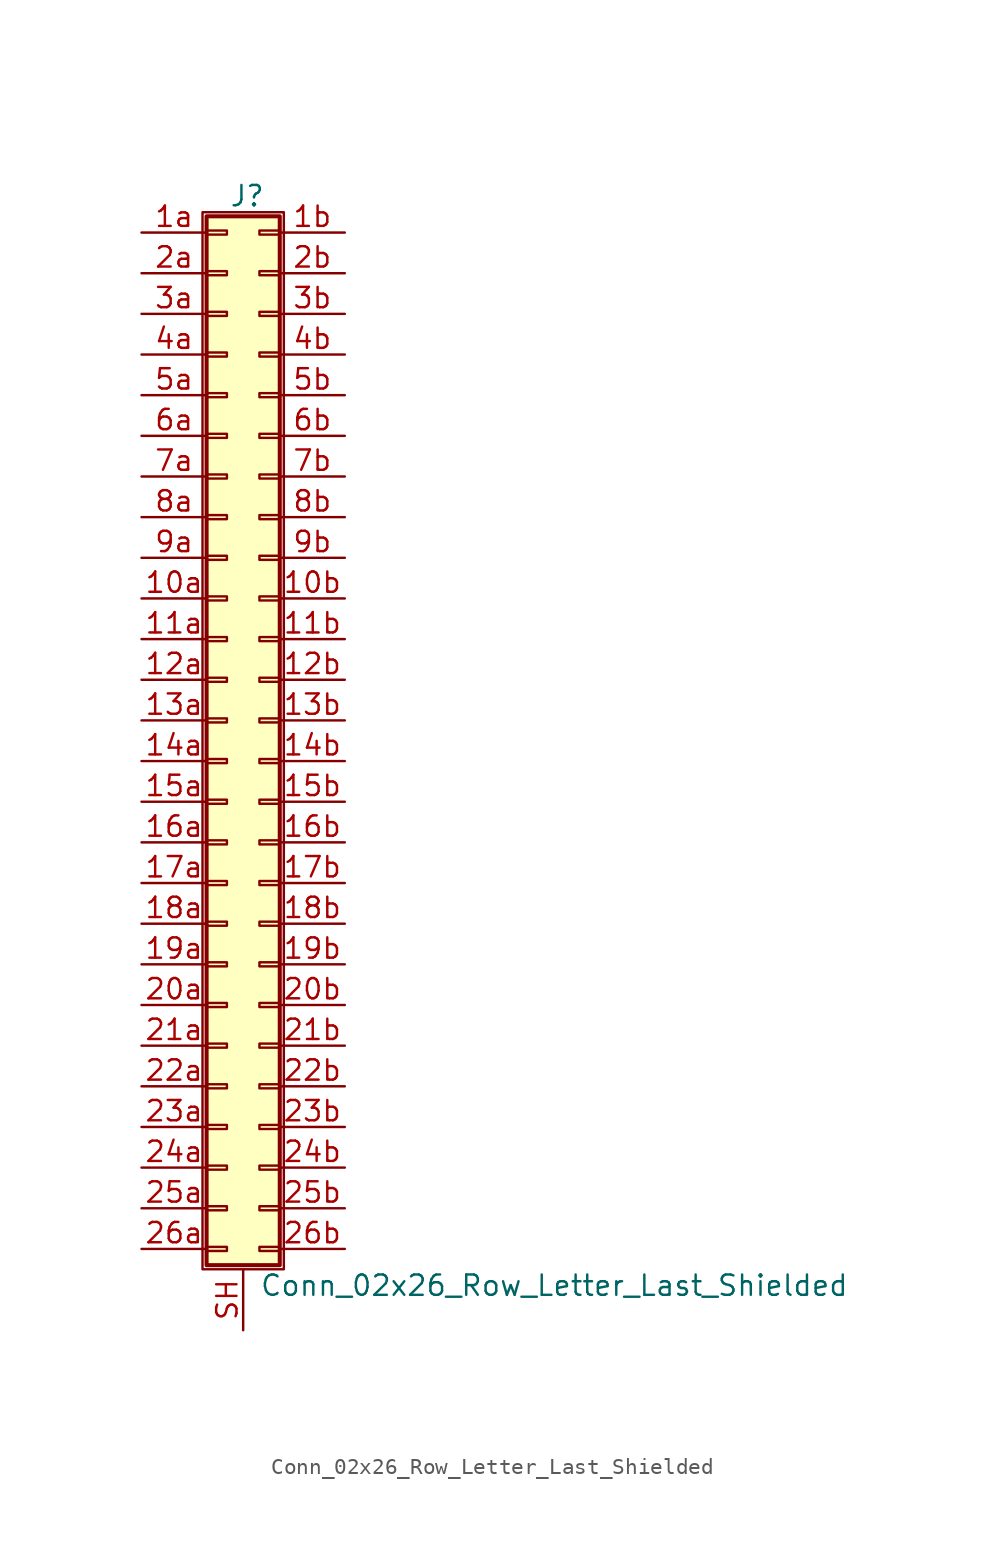
<source format=kicad_sym>
(kicad_symbol_lib
  (version 20220914)
  (generator kicad_symbol_editor)
  (symbol "Conn_02x26_Row_Letter_Last_Shielded"
    (pin_names
      (offset 1.016) hide)
    (property "Reference" "J"
      (at 1.524 32.766 0)
      (effects (font (size 1.27 1.27))))
    (property "Value" "Conn_02x26_Row_Letter_Last_Shielded"
      (at 2.286 -35.306 0)
      (effects (font (size 1.27 1.27)) (justify left)))
    (symbol "Conn_02x26_Row_Letter_Last_Shielded_1_1"
      (rectangle (start -1.27 31.75) (end 3.81 -34.29) (stroke (width 0.152) (type default)) (fill (type none)))
      (rectangle (start -1.016 -32.893) (end 0.254 -33.147) (stroke (width 0.152) (type default)) (fill (type none)))
      (rectangle (start -1.016 -30.353) (end 0.254 -30.607) (stroke (width 0.152) (type default)) (fill (type none)))
      (rectangle (start -1.016 -27.813) (end 0.254 -28.067) (stroke (width 0.152) (type default)) (fill (type none)))
      (rectangle (start -1.016 -25.273) (end 0.254 -25.527) (stroke (width 0.152) (type default)) (fill (type none)))
      (rectangle (start -1.016 -22.733) (end 0.254 -22.987) (stroke (width 0.152) (type default)) (fill (type none)))
      (rectangle (start -1.016 -20.193) (end 0.254 -20.447) (stroke (width 0.152) (type default)) (fill (type none)))
      (rectangle (start -1.016 -17.653) (end 0.254 -17.907) (stroke (width 0.152) (type default)) (fill (type none)))
      (rectangle (start -1.016 -15.113) (end 0.254 -15.367) (stroke (width 0.152) (type default)) (fill (type none)))
      (rectangle (start -1.016 -12.573) (end 0.254 -12.827) (stroke (width 0.152) (type default)) (fill (type none)))
      (rectangle (start -1.016 -10.033) (end 0.254 -10.287) (stroke (width 0.152) (type default)) (fill (type none)))
      (rectangle (start -1.016 -7.493) (end 0.254 -7.747) (stroke (width 0.152) (type default)) (fill (type none)))
      (rectangle (start -1.016 -4.953) (end 0.254 -5.207) (stroke (width 0.152) (type default)) (fill (type none)))
      (rectangle (start -1.016 -2.413) (end 0.254 -2.667) (stroke (width 0.152) (type default)) (fill (type none)))
      (rectangle (start -1.016 0.127) (end 0.254 -0.127) (stroke (width 0.152) (type default)) (fill (type none)))
      (rectangle (start -1.016 2.667) (end 0.254 2.413) (stroke (width 0.152) (type default)) (fill (type none)))
      (rectangle (start -1.016 5.207) (end 0.254 4.953) (stroke (width 0.152) (type default)) (fill (type none)))
      (rectangle (start -1.016 7.747) (end 0.254 7.493) (stroke (width 0.152) (type default)) (fill (type none)))
      (rectangle (start -1.016 10.287) (end 0.254 10.033) (stroke (width 0.152) (type default)) (fill (type none)))
      (rectangle (start -1.016 12.827) (end 0.254 12.573) (stroke (width 0.152) (type default)) (fill (type none)))
      (rectangle (start -1.016 15.367) (end 0.254 15.113) (stroke (width 0.152) (type default)) (fill (type none)))
      (rectangle (start -1.016 17.907) (end 0.254 17.653) (stroke (width 0.152) (type default)) (fill (type none)))
      (rectangle (start -1.016 20.447) (end 0.254 20.193) (stroke (width 0.152) (type default)) (fill (type none)))
      (rectangle (start -1.016 22.987) (end 0.254 22.733) (stroke (width 0.152) (type default)) (fill (type none)))
      (rectangle (start -1.016 25.527) (end 0.254 25.273) (stroke (width 0.152) (type default)) (fill (type none)))
      (rectangle (start -1.016 28.067) (end 0.254 27.813) (stroke (width 0.152) (type default)) (fill (type none)))
      (rectangle (start -1.016 30.607) (end 0.254 30.353) (stroke (width 0.152) (type default)) (fill (type none)))
      (rectangle (start -1.016 31.496) (end 3.556 -34.036) (stroke (width 0.254) (type default)) (fill (type background)))
      (rectangle (start 3.556 -32.893) (end 2.286 -33.147) (stroke (width 0.152) (type default)) (fill (type none)))
      (rectangle (start 3.556 -30.353) (end 2.286 -30.607) (stroke (width 0.152) (type default)) (fill (type none)))
      (rectangle (start 3.556 -27.813) (end 2.286 -28.067) (stroke (width 0.152) (type default)) (fill (type none)))
      (rectangle (start 3.556 -25.273) (end 2.286 -25.527) (stroke (width 0.152) (type default)) (fill (type none)))
      (rectangle (start 3.556 -22.733) (end 2.286 -22.987) (stroke (width 0.152) (type default)) (fill (type none)))
      (rectangle (start 3.556 -20.193) (end 2.286 -20.447) (stroke (width 0.152) (type default)) (fill (type none)))
      (rectangle (start 3.556 -17.653) (end 2.286 -17.907) (stroke (width 0.152) (type default)) (fill (type none)))
      (rectangle (start 3.556 -15.113) (end 2.286 -15.367) (stroke (width 0.152) (type default)) (fill (type none)))
      (rectangle (start 3.556 -12.573) (end 2.286 -12.827) (stroke (width 0.152) (type default)) (fill (type none)))
      (rectangle (start 3.556 -10.033) (end 2.286 -10.287) (stroke (width 0.152) (type default)) (fill (type none)))
      (rectangle (start 3.556 -7.493) (end 2.286 -7.747) (stroke (width 0.152) (type default)) (fill (type none)))
      (rectangle (start 3.556 -4.953) (end 2.286 -5.207) (stroke (width 0.152) (type default)) (fill (type none)))
      (rectangle (start 3.556 -2.413) (end 2.286 -2.667) (stroke (width 0.152) (type default)) (fill (type none)))
      (rectangle (start 3.556 0.127) (end 2.286 -0.127) (stroke (width 0.152) (type default)) (fill (type none)))
      (rectangle (start 3.556 2.667) (end 2.286 2.413) (stroke (width 0.152) (type default)) (fill (type none)))
      (rectangle (start 3.556 5.207) (end 2.286 4.953) (stroke (width 0.152) (type default)) (fill (type none)))
      (rectangle (start 3.556 7.747) (end 2.286 7.493) (stroke (width 0.152) (type default)) (fill (type none)))
      (rectangle (start 3.556 10.287) (end 2.286 10.033) (stroke (width 0.152) (type default)) (fill (type none)))
      (rectangle (start 3.556 12.827) (end 2.286 12.573) (stroke (width 0.152) (type default)) (fill (type none)))
      (rectangle (start 3.556 15.367) (end 2.286 15.113) (stroke (width 0.152) (type default)) (fill (type none)))
      (rectangle (start 3.556 17.907) (end 2.286 17.653) (stroke (width 0.152) (type default)) (fill (type none)))
      (rectangle (start 3.556 20.447) (end 2.286 20.193) (stroke (width 0.152) (type default)) (fill (type none)))
      (rectangle (start 3.556 22.987) (end 2.286 22.733) (stroke (width 0.152) (type default)) (fill (type none)))
      (rectangle (start 3.556 25.527) (end 2.286 25.273) (stroke (width 0.152) (type default)) (fill (type none)))
      (rectangle (start 3.556 28.067) (end 2.286 27.813) (stroke (width 0.152) (type default)) (fill (type none)))
      (rectangle (start 3.556 30.607) (end 2.286 30.353) (stroke (width 0.152) (type default)) (fill (type none)))
      (pin passive line (at -5.08 7.62 0) (length 4.064) (name "Pin_10a" (effects (font (size 1.27 1.27)))) (number "10a" (effects (font (size 1.27 1.27)))))
      (pin passive line (at 7.62 7.62 180) (length 4.064) (name "Pin_10b" (effects (font (size 1.27 1.27)))) (number "10b" (effects (font (size 1.27 1.27)))))
      (pin passive line (at -5.08 5.08 0) (length 4.064) (name "Pin_11a" (effects (font (size 1.27 1.27)))) (number "11a" (effects (font (size 1.27 1.27)))))
      (pin passive line (at 7.62 5.08 180) (length 4.064) (name "Pin_11b" (effects (font (size 1.27 1.27)))) (number "11b" (effects (font (size 1.27 1.27)))))
      (pin passive line (at -5.08 2.54 0) (length 4.064) (name "Pin_12a" (effects (font (size 1.27 1.27)))) (number "12a" (effects (font (size 1.27 1.27)))))
      (pin passive line (at 7.62 2.54 180) (length 4.064) (name "Pin_12b" (effects (font (size 1.27 1.27)))) (number "12b" (effects (font (size 1.27 1.27)))))
      (pin passive line (at -5.08 0 0) (length 4.064) (name "Pin_13a" (effects (font (size 1.27 1.27)))) (number "13a" (effects (font (size 1.27 1.27)))))
      (pin passive line (at 7.62 0 180) (length 4.064) (name "Pin_13b" (effects (font (size 1.27 1.27)))) (number "13b" (effects (font (size 1.27 1.27)))))
      (pin passive line (at -5.08 -2.54 0) (length 4.064) (name "Pin_14a" (effects (font (size 1.27 1.27)))) (number "14a" (effects (font (size 1.27 1.27)))))
      (pin passive line (at 7.62 -2.54 180) (length 4.064) (name "Pin_14b" (effects (font (size 1.27 1.27)))) (number "14b" (effects (font (size 1.27 1.27)))))
      (pin passive line (at -5.08 -5.08 0) (length 4.064) (name "Pin_15a" (effects (font (size 1.27 1.27)))) (number "15a" (effects (font (size 1.27 1.27)))))
      (pin passive line (at 7.62 -5.08 180) (length 4.064) (name "Pin_15b" (effects (font (size 1.27 1.27)))) (number "15b" (effects (font (size 1.27 1.27)))))
      (pin passive line (at -5.08 -7.62 0) (length 4.064) (name "Pin_16a" (effects (font (size 1.27 1.27)))) (number "16a" (effects (font (size 1.27 1.27)))))
      (pin passive line (at 7.62 -7.62 180) (length 4.064) (name "Pin_16b" (effects (font (size 1.27 1.27)))) (number "16b" (effects (font (size 1.27 1.27)))))
      (pin passive line (at -5.08 -10.16 0) (length 4.064) (name "Pin_17a" (effects (font (size 1.27 1.27)))) (number "17a" (effects (font (size 1.27 1.27)))))
      (pin passive line (at 7.62 -10.16 180) (length 4.064) (name "Pin_17b" (effects (font (size 1.27 1.27)))) (number "17b" (effects (font (size 1.27 1.27)))))
      (pin passive line (at -5.08 -12.7 0) (length 4.064) (name "Pin_18a" (effects (font (size 1.27 1.27)))) (number "18a" (effects (font (size 1.27 1.27)))))
      (pin passive line (at 7.62 -12.7 180) (length 4.064) (name "Pin_18b" (effects (font (size 1.27 1.27)))) (number "18b" (effects (font (size 1.27 1.27)))))
      (pin passive line (at -5.08 -15.24 0) (length 4.064) (name "Pin_19a" (effects (font (size 1.27 1.27)))) (number "19a" (effects (font (size 1.27 1.27)))))
      (pin passive line (at 7.62 -15.24 180) (length 4.064) (name "Pin_19b" (effects (font (size 1.27 1.27)))) (number "19b" (effects (font (size 1.27 1.27)))))
      (pin passive line (at -5.08 30.48 0) (length 4.064) (name "Pin_1a" (effects (font (size 1.27 1.27)))) (number "1a" (effects (font (size 1.27 1.27)))))
      (pin passive line (at 7.62 30.48 180) (length 4.064) (name "Pin_1b" (effects (font (size 1.27 1.27)))) (number "1b" (effects (font (size 1.27 1.27)))))
      (pin passive line (at -5.08 -17.78 0) (length 4.064) (name "Pin_20a" (effects (font (size 1.27 1.27)))) (number "20a" (effects (font (size 1.27 1.27)))))
      (pin passive line (at 7.62 -17.78 180) (length 4.064) (name "Pin_20b" (effects (font (size 1.27 1.27)))) (number "20b" (effects (font (size 1.27 1.27)))))
      (pin passive line (at -5.08 -20.32 0) (length 4.064) (name "Pin_21a" (effects (font (size 1.27 1.27)))) (number "21a" (effects (font (size 1.27 1.27)))))
      (pin passive line (at 7.62 -20.32 180) (length 4.064) (name "Pin_21b" (effects (font (size 1.27 1.27)))) (number "21b" (effects (font (size 1.27 1.27)))))
      (pin passive line (at -5.08 -22.86 0) (length 4.064) (name "Pin_22a" (effects (font (size 1.27 1.27)))) (number "22a" (effects (font (size 1.27 1.27)))))
      (pin passive line (at 7.62 -22.86 180) (length 4.064) (name "Pin_22b" (effects (font (size 1.27 1.27)))) (number "22b" (effects (font (size 1.27 1.27)))))
      (pin passive line (at -5.08 -25.4 0) (length 4.064) (name "Pin_23a" (effects (font (size 1.27 1.27)))) (number "23a" (effects (font (size 1.27 1.27)))))
      (pin passive line (at 7.62 -25.4 180) (length 4.064) (name "Pin_23b" (effects (font (size 1.27 1.27)))) (number "23b" (effects (font (size 1.27 1.27)))))
      (pin passive line (at -5.08 -27.94 0) (length 4.064) (name "Pin_24a" (effects (font (size 1.27 1.27)))) (number "24a" (effects (font (size 1.27 1.27)))))
      (pin passive line (at 7.62 -27.94 180) (length 4.064) (name "Pin_24b" (effects (font (size 1.27 1.27)))) (number "24b" (effects (font (size 1.27 1.27)))))
      (pin passive line (at -5.08 -30.48 0) (length 4.064) (name "Pin_25a" (effects (font (size 1.27 1.27)))) (number "25a" (effects (font (size 1.27 1.27)))))
      (pin passive line (at 7.62 -30.48 180) (length 4.064) (name "Pin_25b" (effects (font (size 1.27 1.27)))) (number "25b" (effects (font (size 1.27 1.27)))))
      (pin passive line (at -5.08 -33.02 0) (length 4.064) (name "Pin_26a" (effects (font (size 1.27 1.27)))) (number "26a" (effects (font (size 1.27 1.27)))))
      (pin passive line (at 7.62 -33.02 180) (length 4.064) (name "Pin_26b" (effects (font (size 1.27 1.27)))) (number "26b" (effects (font (size 1.27 1.27)))))
      (pin passive line (at -5.08 27.94 0) (length 4.064) (name "Pin_2a" (effects (font (size 1.27 1.27)))) (number "2a" (effects (font (size 1.27 1.27)))))
      (pin passive line (at 7.62 27.94 180) (length 4.064) (name "Pin_2b" (effects (font (size 1.27 1.27)))) (number "2b" (effects (font (size 1.27 1.27)))))
      (pin passive line (at -5.08 25.4 0) (length 4.064) (name "Pin_3a" (effects (font (size 1.27 1.27)))) (number "3a" (effects (font (size 1.27 1.27)))))
      (pin passive line (at 7.62 25.4 180) (length 4.064) (name "Pin_3b" (effects (font (size 1.27 1.27)))) (number "3b" (effects (font (size 1.27 1.27)))))
      (pin passive line (at -5.08 22.86 0) (length 4.064) (name "Pin_4a" (effects (font (size 1.27 1.27)))) (number "4a" (effects (font (size 1.27 1.27)))))
      (pin passive line (at 7.62 22.86 180) (length 4.064) (name "Pin_4b" (effects (font (size 1.27 1.27)))) (number "4b" (effects (font (size 1.27 1.27)))))
      (pin passive line (at -5.08 20.32 0) (length 4.064) (name "Pin_5a" (effects (font (size 1.27 1.27)))) (number "5a" (effects (font (size 1.27 1.27)))))
      (pin passive line (at 7.62 20.32 180) (length 4.064) (name "Pin_5b" (effects (font (size 1.27 1.27)))) (number "5b" (effects (font (size 1.27 1.27)))))
      (pin passive line (at -5.08 17.78 0) (length 4.064) (name "Pin_6a" (effects (font (size 1.27 1.27)))) (number "6a" (effects (font (size 1.27 1.27)))))
      (pin passive line (at 7.62 17.78 180) (length 4.064) (name "Pin_6b" (effects (font (size 1.27 1.27)))) (number "6b" (effects (font (size 1.27 1.27)))))
      (pin passive line (at -5.08 15.24 0) (length 4.064) (name "Pin_7a" (effects (font (size 1.27 1.27)))) (number "7a" (effects (font (size 1.27 1.27)))))
      (pin passive line (at 7.62 15.24 180) (length 4.064) (name "Pin_7b" (effects (font (size 1.27 1.27)))) (number "7b" (effects (font (size 1.27 1.27)))))
      (pin passive line (at -5.08 12.7 0) (length 4.064) (name "Pin_8a" (effects (font (size 1.27 1.27)))) (number "8a" (effects (font (size 1.27 1.27)))))
      (pin passive line (at 7.62 12.7 180) (length 4.064) (name "Pin_8b" (effects (font (size 1.27 1.27)))) (number "8b" (effects (font (size 1.27 1.27)))))
      (pin passive line (at -5.08 10.16 0) (length 4.064) (name "Pin_9a" (effects (font (size 1.27 1.27)))) (number "9a" (effects (font (size 1.27 1.27)))))
      (pin passive line (at 7.62 10.16 180) (length 4.064) (name "Pin_9b" (effects (font (size 1.27 1.27)))) (number "9b" (effects (font (size 1.27 1.27)))))
      (pin passive line (at 1.27 -38.1 90) (length 3.81) (name "Shield" (effects (font (size 1.27 1.27)))) (number "SH" (effects (font (size 1.27 1.27))))))))
</source>
